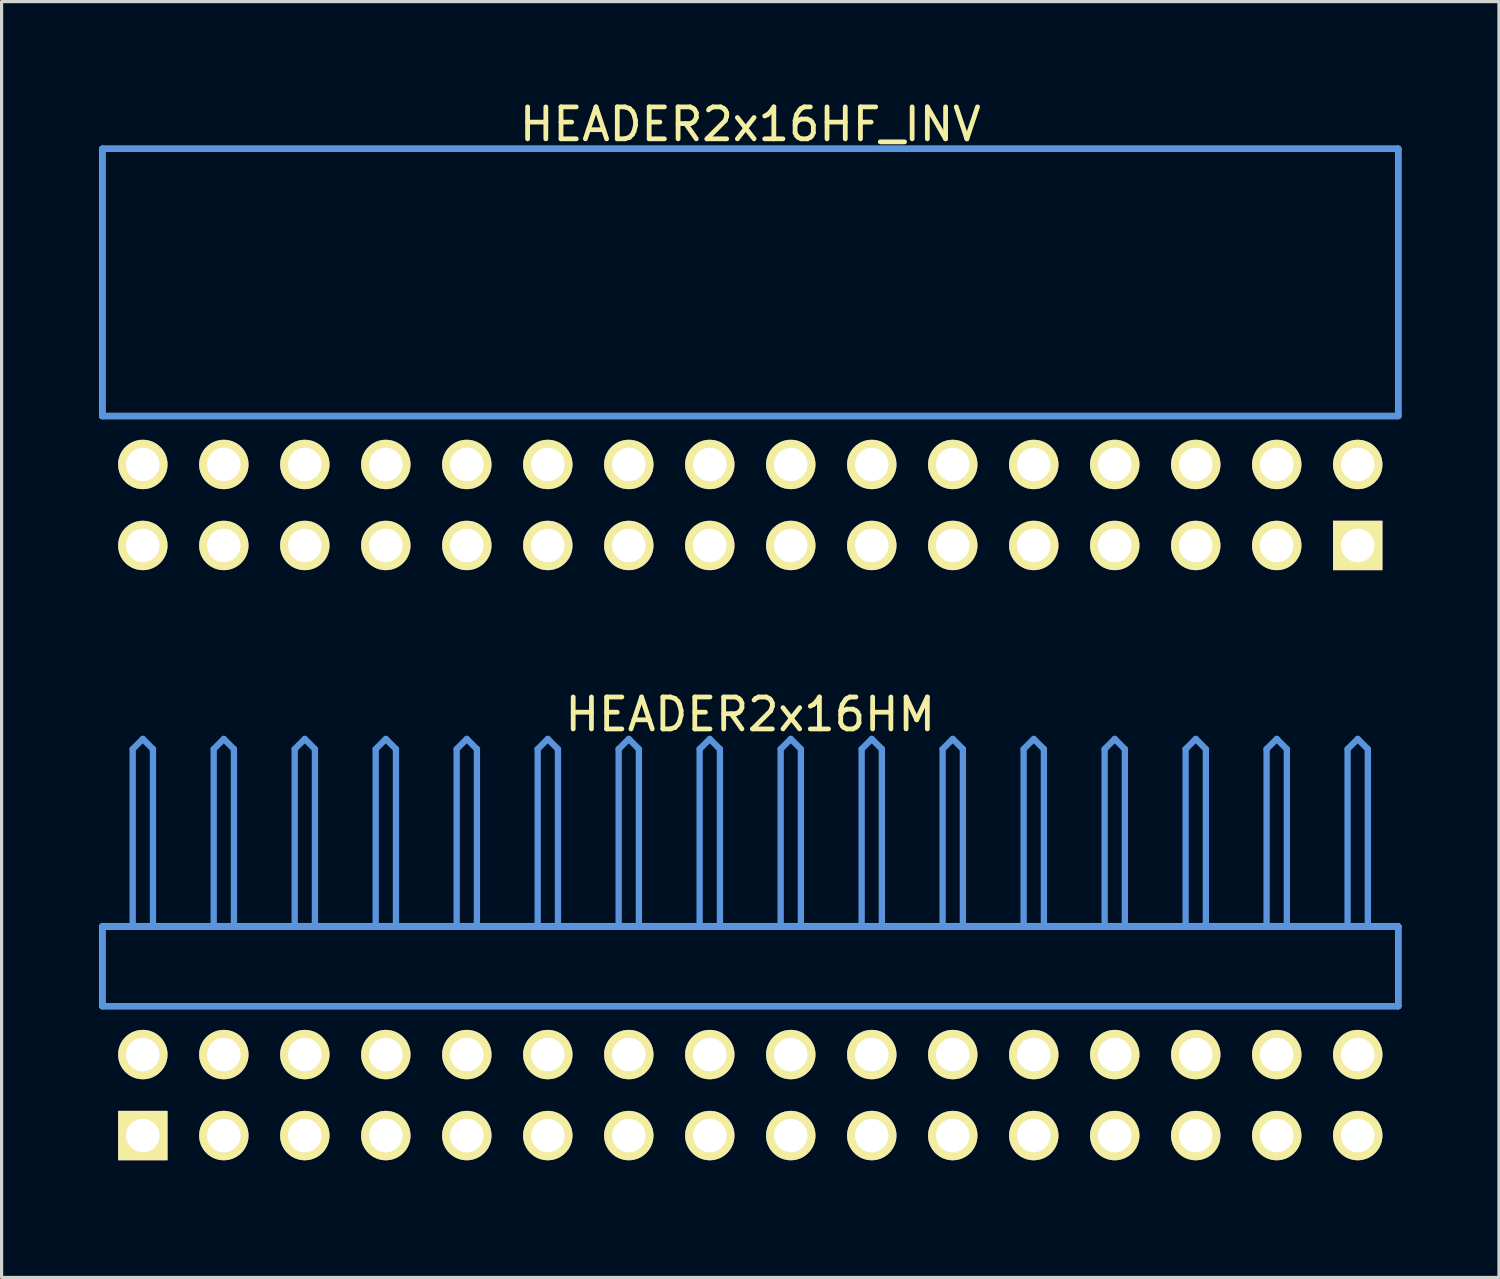
<source format=kicad_pcb>
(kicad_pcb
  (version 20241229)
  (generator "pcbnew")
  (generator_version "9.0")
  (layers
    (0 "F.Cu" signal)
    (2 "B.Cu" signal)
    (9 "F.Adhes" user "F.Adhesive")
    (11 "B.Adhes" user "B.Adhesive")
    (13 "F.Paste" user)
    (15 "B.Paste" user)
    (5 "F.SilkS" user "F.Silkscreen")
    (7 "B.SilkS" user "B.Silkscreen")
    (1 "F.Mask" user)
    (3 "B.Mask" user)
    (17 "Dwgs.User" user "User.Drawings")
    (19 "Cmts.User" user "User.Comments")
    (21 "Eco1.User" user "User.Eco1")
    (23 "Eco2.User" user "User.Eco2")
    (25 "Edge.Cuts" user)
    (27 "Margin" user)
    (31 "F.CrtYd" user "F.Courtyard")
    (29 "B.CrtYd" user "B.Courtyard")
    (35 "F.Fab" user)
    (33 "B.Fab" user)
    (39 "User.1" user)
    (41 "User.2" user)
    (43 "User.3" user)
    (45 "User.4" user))
  (footprint "HEADER2x16HM"
    (layer "F.Cu")
    (at 1.429 32.562)
    (property "Reference" "HEADER2x16HM" (at 19.05 -13.208 0) (layer "F.SilkS") (effects (font (size 1.001 1.001) (thickness 0.15))))
    (attr through_hole)
    (fp_line (start -1.27 -6.558) (end -1.27 -4.059) (stroke (width 0.198) (type solid)) (layer "F.SilkS"))
    (fp_line (start -1.27 -4.059) (end 39.37 -4.059) (stroke (width 0.198) (type solid)) (layer "F.SilkS"))
    (fp_line (start 39.37 -6.558) (end -1.27 -6.558) (stroke (width 0.198) (type solid)) (layer "F.SilkS"))
    (fp_line (start 39.37 -4.059) (end 39.37 -6.558) (stroke (width 0.198) (type solid)) (layer "F.SilkS"))
    (fp_line (start -1.27 -6.558) (end -1.27 -4.059) (stroke (width 0.198) (type solid)) (layer "Cmts.User"))
    (fp_line (start -1.27 -4.059) (end 39.37 -4.059) (stroke (width 0.198) (type solid)) (layer "Cmts.User"))
    (fp_line (start -0.318 -12.121) (end 0 -12.438) (stroke (width 0.198) (type solid)) (layer "Cmts.User"))
    (fp_line (start -0.318 -6.599) (end -0.318 -12.121) (stroke (width 0.198) (type solid)) (layer "Cmts.User"))
    (fp_line (start 0.318 -12.121) (end 0 -12.438) (stroke (width 0.198) (type solid)) (layer "Cmts.User"))
    (fp_line (start 0.318 -6.599) (end 0.318 -12.121) (stroke (width 0.198) (type solid)) (layer "Cmts.User"))
    (fp_line (start 2.223 -12.121) (end 2.54 -12.438) (stroke (width 0.198) (type solid)) (layer "Cmts.User"))
    (fp_line (start 2.223 -6.599) (end 2.223 -12.121) (stroke (width 0.198) (type solid)) (layer "Cmts.User"))
    (fp_line (start 2.857 -12.121) (end 2.54 -12.438) (stroke (width 0.198) (type solid)) (layer "Cmts.User"))
    (fp_line (start 2.857 -6.599) (end 2.857 -12.121) (stroke (width 0.198) (type solid)) (layer "Cmts.User"))
    (fp_line (start 4.763 -12.121) (end 5.08 -12.438) (stroke (width 0.198) (type solid)) (layer "Cmts.User"))
    (fp_line (start 4.763 -6.599) (end 4.763 -12.121) (stroke (width 0.198) (type solid)) (layer "Cmts.User"))
    (fp_line (start 5.397 -12.121) (end 5.08 -12.438) (stroke (width 0.198) (type solid)) (layer "Cmts.User"))
    (fp_line (start 5.397 -6.599) (end 5.397 -12.121) (stroke (width 0.198) (type solid)) (layer "Cmts.User"))
    (fp_line (start 7.303 -12.121) (end 7.62 -12.438) (stroke (width 0.198) (type solid)) (layer "Cmts.User"))
    (fp_line (start 7.303 -6.599) (end 7.303 -12.121) (stroke (width 0.198) (type solid)) (layer "Cmts.User"))
    (fp_line (start 7.938 -12.121) (end 7.62 -12.438) (stroke (width 0.198) (type solid)) (layer "Cmts.User"))
    (fp_line (start 7.938 -6.599) (end 7.938 -12.121) (stroke (width 0.198) (type solid)) (layer "Cmts.User"))
    (fp_line (start 9.842 -12.121) (end 10.16 -12.438) (stroke (width 0.198) (type solid)) (layer "Cmts.User"))
    (fp_line (start 9.842 -6.599) (end 9.842 -12.121) (stroke (width 0.198) (type solid)) (layer "Cmts.User"))
    (fp_line (start 10.477 -12.121) (end 10.16 -12.438) (stroke (width 0.198) (type solid)) (layer "Cmts.User"))
    (fp_line (start 10.477 -6.599) (end 10.477 -12.121) (stroke (width 0.198) (type solid)) (layer "Cmts.User"))
    (fp_line (start 12.383 -12.121) (end 12.7 -12.438) (stroke (width 0.198) (type solid)) (layer "Cmts.User"))
    (fp_line (start 12.383 -6.599) (end 12.383 -12.121) (stroke (width 0.198) (type solid)) (layer "Cmts.User"))
    (fp_line (start 13.018 -12.121) (end 12.7 -12.438) (stroke (width 0.198) (type solid)) (layer "Cmts.User"))
    (fp_line (start 13.018 -6.599) (end 13.018 -12.121) (stroke (width 0.198) (type solid)) (layer "Cmts.User"))
    (fp_line (start 14.922 -12.121) (end 15.24 -12.438) (stroke (width 0.198) (type solid)) (layer "Cmts.User"))
    (fp_line (start 14.922 -6.599) (end 14.922 -12.121) (stroke (width 0.198) (type solid)) (layer "Cmts.User"))
    (fp_line (start 15.557 -12.121) (end 15.24 -12.438) (stroke (width 0.198) (type solid)) (layer "Cmts.User"))
    (fp_line (start 15.557 -6.599) (end 15.557 -12.121) (stroke (width 0.198) (type solid)) (layer "Cmts.User"))
    (fp_line (start 17.462 -12.121) (end 17.78 -12.438) (stroke (width 0.198) (type solid)) (layer "Cmts.User"))
    (fp_line (start 17.462 -6.599) (end 17.462 -12.121) (stroke (width 0.198) (type solid)) (layer "Cmts.User"))
    (fp_line (start 18.098 -12.121) (end 17.78 -12.438) (stroke (width 0.198) (type solid)) (layer "Cmts.User"))
    (fp_line (start 18.098 -6.599) (end 18.098 -12.121) (stroke (width 0.198) (type solid)) (layer "Cmts.User"))
    (fp_line (start 20.003 -12.121) (end 20.32 -12.438) (stroke (width 0.198) (type solid)) (layer "Cmts.User"))
    (fp_line (start 20.003 -6.599) (end 20.003 -12.121) (stroke (width 0.198) (type solid)) (layer "Cmts.User"))
    (fp_line (start 20.637 -12.121) (end 20.32 -12.438) (stroke (width 0.198) (type solid)) (layer "Cmts.User"))
    (fp_line (start 20.637 -6.599) (end 20.637 -12.121) (stroke (width 0.198) (type solid)) (layer "Cmts.User"))
    (fp_line (start 22.543 -12.121) (end 22.86 -12.438) (stroke (width 0.198) (type solid)) (layer "Cmts.User"))
    (fp_line (start 22.543 -6.599) (end 22.543 -12.121) (stroke (width 0.198) (type solid)) (layer "Cmts.User"))
    (fp_line (start 23.177 -12.121) (end 22.86 -12.438) (stroke (width 0.198) (type solid)) (layer "Cmts.User"))
    (fp_line (start 23.177 -6.599) (end 23.177 -12.121) (stroke (width 0.198) (type solid)) (layer "Cmts.User"))
    (fp_line (start 25.082 -12.121) (end 25.4 -12.438) (stroke (width 0.198) (type solid)) (layer "Cmts.User"))
    (fp_line (start 25.082 -6.599) (end 25.082 -12.121) (stroke (width 0.198) (type solid)) (layer "Cmts.User"))
    (fp_line (start 25.718 -12.121) (end 25.4 -12.438) (stroke (width 0.198) (type solid)) (layer "Cmts.User"))
    (fp_line (start 25.718 -6.599) (end 25.718 -12.121) (stroke (width 0.198) (type solid)) (layer "Cmts.User"))
    (fp_line (start 27.622 -12.121) (end 27.94 -12.438) (stroke (width 0.198) (type solid)) (layer "Cmts.User"))
    (fp_line (start 27.622 -6.599) (end 27.622 -12.121) (stroke (width 0.198) (type solid)) (layer "Cmts.User"))
    (fp_line (start 28.258 -12.121) (end 27.94 -12.438) (stroke (width 0.198) (type solid)) (layer "Cmts.User"))
    (fp_line (start 28.258 -6.599) (end 28.258 -12.121) (stroke (width 0.198) (type solid)) (layer "Cmts.User"))
    (fp_line (start 30.163 -12.121) (end 30.48 -12.438) (stroke (width 0.198) (type solid)) (layer "Cmts.User"))
    (fp_line (start 30.163 -6.599) (end 30.163 -12.121) (stroke (width 0.198) (type solid)) (layer "Cmts.User"))
    (fp_line (start 30.797 -12.121) (end 30.48 -12.438) (stroke (width 0.198) (type solid)) (layer "Cmts.User"))
    (fp_line (start 30.797 -6.599) (end 30.797 -12.121) (stroke (width 0.198) (type solid)) (layer "Cmts.User"))
    (fp_line (start 32.703 -12.121) (end 33.02 -12.438) (stroke (width 0.198) (type solid)) (layer "Cmts.User"))
    (fp_line (start 32.703 -6.599) (end 32.703 -12.121) (stroke (width 0.198) (type solid)) (layer "Cmts.User"))
    (fp_line (start 33.337 -12.121) (end 33.02 -12.438) (stroke (width 0.198) (type solid)) (layer "Cmts.User"))
    (fp_line (start 33.337 -6.599) (end 33.337 -12.121) (stroke (width 0.198) (type solid)) (layer "Cmts.User"))
    (fp_line (start 35.242 -12.121) (end 35.56 -12.438) (stroke (width 0.198) (type solid)) (layer "Cmts.User"))
    (fp_line (start 35.242 -6.599) (end 35.242 -12.121) (stroke (width 0.198) (type solid)) (layer "Cmts.User"))
    (fp_line (start 35.877 -12.121) (end 35.56 -12.438) (stroke (width 0.198) (type solid)) (layer "Cmts.User"))
    (fp_line (start 35.877 -6.599) (end 35.877 -12.121) (stroke (width 0.198) (type solid)) (layer "Cmts.User"))
    (fp_line (start 37.782 -12.121) (end 38.1 -12.438) (stroke (width 0.198) (type solid)) (layer "Cmts.User"))
    (fp_line (start 37.782 -6.599) (end 37.782 -12.121) (stroke (width 0.198) (type solid)) (layer "Cmts.User"))
    (fp_line (start 38.417 -12.121) (end 38.1 -12.438) (stroke (width 0.198) (type solid)) (layer "Cmts.User"))
    (fp_line (start 38.417 -6.599) (end 38.417 -12.121) (stroke (width 0.198) (type solid)) (layer "Cmts.User"))
    (fp_line (start 39.37 -6.558) (end -1.27 -6.558) (stroke (width 0.198) (type solid)) (layer "Cmts.User"))
    (fp_line (start 39.37 -4.059) (end 39.37 -6.558) (stroke (width 0.198) (type solid)) (layer "Cmts.User"))
    (fp_line (start -1.379 -12.54) (end 39.479 -12.54) (stroke (width 0.099) (type solid)) (layer "Eco1.User"))
    (fp_line (start -1.379 1.4) (end -1.379 -12.54) (stroke (width 0.099) (type solid)) (layer "Eco1.User"))
    (fp_line (start 39.479 -12.54) (end 39.479 1.4) (stroke (width 0.099) (type solid)) (layer "Eco1.User"))
    (fp_line (start 39.479 1.4) (end -1.379 1.4) (stroke (width 0.099) (type solid)) (layer "Eco1.User"))
    (pad "1" thru_hole rect (at 0 0) (size 1.549 1.549) (drill 1.049) (layers "*.Cu" "*.Mask" "F.SilkS"))
    (pad "2" thru_hole circle (at 0 -2.54) (size 1.549 1.549) (drill 1.049) (layers "*.Cu" "*.Mask" "F.SilkS"))
    (pad "3" thru_hole circle (at 2.54 0) (size 1.549 1.549) (drill 1.049) (layers "*.Cu" "*.Mask" "F.SilkS"))
    (pad "4" thru_hole circle (at 2.54 -2.54) (size 1.549 1.549) (drill 1.049) (layers "*.Cu" "*.Mask" "F.SilkS"))
    (pad "5" thru_hole circle (at 5.08 0) (size 1.549 1.549) (drill 1.049) (layers "*.Cu" "*.Mask" "F.SilkS"))
    (pad "6" thru_hole circle (at 5.08 -2.54) (size 1.549 1.549) (drill 1.049) (layers "*.Cu" "*.Mask" "F.SilkS"))
    (pad "7" thru_hole circle (at 7.62 0) (size 1.549 1.549) (drill 1.049) (layers "*.Cu" "*.Mask" "F.SilkS"))
    (pad "8" thru_hole circle (at 7.62 -2.54) (size 1.549 1.549) (drill 1.049) (layers "*.Cu" "*.Mask" "F.SilkS"))
    (pad "9" thru_hole circle (at 10.16 0) (size 1.549 1.549) (drill 1.049) (layers "*.Cu" "*.Mask" "F.SilkS"))
    (pad "10" thru_hole circle (at 10.16 -2.54) (size 1.549 1.549) (drill 1.049) (layers "*.Cu" "*.Mask" "F.SilkS"))
    (pad "11" thru_hole circle (at 12.7 0) (size 1.549 1.549) (drill 1.049) (layers "*.Cu" "*.Mask" "F.SilkS"))
    (pad "12" thru_hole circle (at 12.7 -2.54) (size 1.549 1.549) (drill 1.049) (layers "*.Cu" "*.Mask" "F.SilkS"))
    (pad "13" thru_hole circle (at 15.24 0) (size 1.549 1.549) (drill 1.049) (layers "*.Cu" "*.Mask" "F.SilkS"))
    (pad "14" thru_hole circle (at 15.24 -2.54) (size 1.549 1.549) (drill 1.049) (layers "*.Cu" "*.Mask" "F.SilkS"))
    (pad "15" thru_hole circle (at 17.78 0) (size 1.549 1.549) (drill 1.049) (layers "*.Cu" "*.Mask" "F.SilkS"))
    (pad "16" thru_hole circle (at 17.78 -2.54) (size 1.549 1.549) (drill 1.049) (layers "*.Cu" "*.Mask" "F.SilkS"))
    (pad "17" thru_hole circle (at 20.32 0) (size 1.549 1.549) (drill 1.049) (layers "*.Cu" "*.Mask" "F.SilkS"))
    (pad "18" thru_hole circle (at 20.32 -2.54) (size 1.549 1.549) (drill 1.049) (layers "*.Cu" "*.Mask" "F.SilkS"))
    (pad "19" thru_hole circle (at 22.86 0) (size 1.549 1.549) (drill 1.049) (layers "*.Cu" "*.Mask" "F.SilkS"))
    (pad "20" thru_hole circle (at 22.86 -2.54) (size 1.549 1.549) (drill 1.049) (layers "*.Cu" "*.Mask" "F.SilkS"))
    (pad "21" thru_hole circle (at 25.4 0) (size 1.549 1.549) (drill 1.049) (layers "*.Cu" "*.Mask" "F.SilkS"))
    (pad "22" thru_hole circle (at 25.4 -2.54) (size 1.549 1.549) (drill 1.049) (layers "*.Cu" "*.Mask" "F.SilkS"))
    (pad "23" thru_hole circle (at 27.94 0) (size 1.549 1.549) (drill 1.049) (layers "*.Cu" "*.Mask" "F.SilkS"))
    (pad "24" thru_hole circle (at 27.94 -2.54) (size 1.549 1.549) (drill 1.049) (layers "*.Cu" "*.Mask" "F.SilkS"))
    (pad "25" thru_hole circle (at 30.48 0) (size 1.549 1.549) (drill 1.049) (layers "*.Cu" "*.Mask" "F.SilkS"))
    (pad "26" thru_hole circle (at 30.48 -2.54) (size 1.549 1.549) (drill 1.049) (layers "*.Cu" "*.Mask" "F.SilkS"))
    (pad "27" thru_hole circle (at 33.02 0) (size 1.549 1.549) (drill 1.049) (layers "*.Cu" "*.Mask" "F.SilkS"))
    (pad "28" thru_hole circle (at 33.02 -2.54) (size 1.549 1.549) (drill 1.049) (layers "*.Cu" "*.Mask" "F.SilkS"))
    (pad "29" thru_hole circle (at 35.56 0) (size 1.549 1.549) (drill 1.049) (layers "*.Cu" "*.Mask" "F.SilkS"))
    (pad "30" thru_hole circle (at 35.56 -2.54) (size 1.549 1.549) (drill 1.049) (layers "*.Cu" "*.Mask" "F.SilkS"))
    (pad "31" thru_hole circle (at 38.1 0) (size 1.549 1.549) (drill 1.049) (layers "*.Cu" "*.Mask" "F.SilkS"))
    (pad "32" thru_hole circle (at 38.1 -2.54) (size 1.549 1.549) (drill 1.049) (layers "*.Cu" "*.Mask" "F.SilkS")))
  (footprint "HEADER2x16HF_INV"
    (layer "F.Cu")
    (at 1.429 14.056)
    (property "Reference" "HEADER2x16HF_INV" (at 19.05 -13.208 0) (layer "F.SilkS") (effects (font (size 1.001 1.001) (thickness 0.15))))
    (attr through_hole)
    (fp_line (start -1.27 -12.438) (end -1.27 -4.059) (stroke (width 0.198) (type solid)) (layer "F.SilkS"))
    (fp_line (start -1.27 -4.059) (end 39.37 -4.059) (stroke (width 0.198) (type solid)) (layer "F.SilkS"))
    (fp_line (start 39.37 -12.438) (end -1.27 -12.438) (stroke (width 0.198) (type solid)) (layer "F.SilkS"))
    (fp_line (start 39.37 -4.059) (end 39.37 -12.438) (stroke (width 0.198) (type solid)) (layer "F.SilkS"))
    (fp_line (start -1.27 -12.438) (end -1.27 -4.059) (stroke (width 0.198) (type solid)) (layer "Cmts.User"))
    (fp_line (start -1.27 -4.059) (end 39.37 -4.059) (stroke (width 0.198) (type solid)) (layer "Cmts.User"))
    (fp_line (start 39.37 -12.438) (end -1.27 -12.438) (stroke (width 0.198) (type solid)) (layer "Cmts.User"))
    (fp_line (start 39.37 -4.059) (end 39.37 -12.438) (stroke (width 0.198) (type solid)) (layer "Cmts.User"))
    (fp_line (start -1.379 -12.54) (end 39.479 -12.54) (stroke (width 0.099) (type solid)) (layer "Eco1.User"))
    (fp_line (start -1.379 1.4) (end -1.379 -12.54) (stroke (width 0.099) (type solid)) (layer "Eco1.User"))
    (fp_line (start 39.479 -12.54) (end 39.479 1.4) (stroke (width 0.099) (type solid)) (layer "Eco1.User"))
    (fp_line (start 39.479 1.4) (end -1.379 1.4) (stroke (width 0.099) (type solid)) (layer "Eco1.User"))
    (pad "1" thru_hole rect (at 38.1 0) (size 1.549 1.549) (drill 1.049) (layers "*.Cu" "*.Mask" "F.SilkS"))
    (pad "2" thru_hole circle (at 38.1 -2.54) (size 1.549 1.549) (drill 1.049) (layers "*.Cu" "*.Mask" "F.SilkS"))
    (pad "3" thru_hole circle (at 35.56 0) (size 1.549 1.549) (drill 1.049) (layers "*.Cu" "*.Mask" "F.SilkS"))
    (pad "4" thru_hole circle (at 35.56 -2.54) (size 1.549 1.549) (drill 1.049) (layers "*.Cu" "*.Mask" "F.SilkS"))
    (pad "5" thru_hole circle (at 33.02 0) (size 1.549 1.549) (drill 1.049) (layers "*.Cu" "*.Mask" "F.SilkS"))
    (pad "6" thru_hole circle (at 33.02 -2.54) (size 1.549 1.549) (drill 1.049) (layers "*.Cu" "*.Mask" "F.SilkS"))
    (pad "7" thru_hole circle (at 30.48 0) (size 1.549 1.549) (drill 1.049) (layers "*.Cu" "*.Mask" "F.SilkS"))
    (pad "8" thru_hole circle (at 30.48 -2.54) (size 1.549 1.549) (drill 1.049) (layers "*.Cu" "*.Mask" "F.SilkS"))
    (pad "9" thru_hole circle (at 27.94 0) (size 1.549 1.549) (drill 1.049) (layers "*.Cu" "*.Mask" "F.SilkS"))
    (pad "10" thru_hole circle (at 27.94 -2.54) (size 1.549 1.549) (drill 1.049) (layers "*.Cu" "*.Mask" "F.SilkS"))
    (pad "11" thru_hole circle (at 25.4 0) (size 1.549 1.549) (drill 1.049) (layers "*.Cu" "*.Mask" "F.SilkS"))
    (pad "12" thru_hole circle (at 25.4 -2.54) (size 1.549 1.549) (drill 1.049) (layers "*.Cu" "*.Mask" "F.SilkS"))
    (pad "13" thru_hole circle (at 22.86 0) (size 1.549 1.549) (drill 1.049) (layers "*.Cu" "*.Mask" "F.SilkS"))
    (pad "14" thru_hole circle (at 22.86 -2.54) (size 1.549 1.549) (drill 1.049) (layers "*.Cu" "*.Mask" "F.SilkS"))
    (pad "15" thru_hole circle (at 20.32 0) (size 1.549 1.549) (drill 1.049) (layers "*.Cu" "*.Mask" "F.SilkS"))
    (pad "16" thru_hole circle (at 20.32 -2.54) (size 1.549 1.549) (drill 1.049) (layers "*.Cu" "*.Mask" "F.SilkS"))
    (pad "17" thru_hole circle (at 17.78 0) (size 1.549 1.549) (drill 1.049) (layers "*.Cu" "*.Mask" "F.SilkS"))
    (pad "18" thru_hole circle (at 17.78 -2.54) (size 1.549 1.549) (drill 1.049) (layers "*.Cu" "*.Mask" "F.SilkS"))
    (pad "19" thru_hole circle (at 15.24 0) (size 1.549 1.549) (drill 1.049) (layers "*.Cu" "*.Mask" "F.SilkS"))
    (pad "20" thru_hole circle (at 15.24 -2.54) (size 1.549 1.549) (drill 1.049) (layers "*.Cu" "*.Mask" "F.SilkS"))
    (pad "21" thru_hole circle (at 12.7 0) (size 1.549 1.549) (drill 1.049) (layers "*.Cu" "*.Mask" "F.SilkS"))
    (pad "22" thru_hole circle (at 12.7 -2.54) (size 1.549 1.549) (drill 1.049) (layers "*.Cu" "*.Mask" "F.SilkS"))
    (pad "23" thru_hole circle (at 10.16 0) (size 1.549 1.549) (drill 1.049) (layers "*.Cu" "*.Mask" "F.SilkS"))
    (pad "24" thru_hole circle (at 10.16 -2.54) (size 1.549 1.549) (drill 1.049) (layers "*.Cu" "*.Mask" "F.SilkS"))
    (pad "25" thru_hole circle (at 7.62 0) (size 1.549 1.549) (drill 1.049) (layers "*.Cu" "*.Mask" "F.SilkS"))
    (pad "26" thru_hole circle (at 7.62 -2.54) (size 1.549 1.549) (drill 1.049) (layers "*.Cu" "*.Mask" "F.SilkS"))
    (pad "27" thru_hole circle (at 5.08 0) (size 1.549 1.549) (drill 1.049) (layers "*.Cu" "*.Mask" "F.SilkS"))
    (pad "28" thru_hole circle (at 5.08 -2.54) (size 1.549 1.549) (drill 1.049) (layers "*.Cu" "*.Mask" "F.SilkS"))
    (pad "29" thru_hole circle (at 2.54 0) (size 1.549 1.549) (drill 1.049) (layers "*.Cu" "*.Mask" "F.SilkS"))
    (pad "30" thru_hole circle (at 2.54 -2.54) (size 1.549 1.549) (drill 1.049) (layers "*.Cu" "*.Mask" "F.SilkS"))
    (pad "31" thru_hole circle (at 0 0) (size 1.549 1.549) (drill 1.049) (layers "*.Cu" "*.Mask" "F.SilkS"))
    (pad "32" thru_hole circle (at 0 -2.54) (size 1.549 1.549) (drill 1.049) (layers "*.Cu" "*.Mask" "F.SilkS")))
  (gr_rect
    (start -3 -3)
    (end 43.958 37.011)
    (stroke (width 0.1) (type default))
    (fill no)
    (layer "Edge.Cuts")))
</source>
